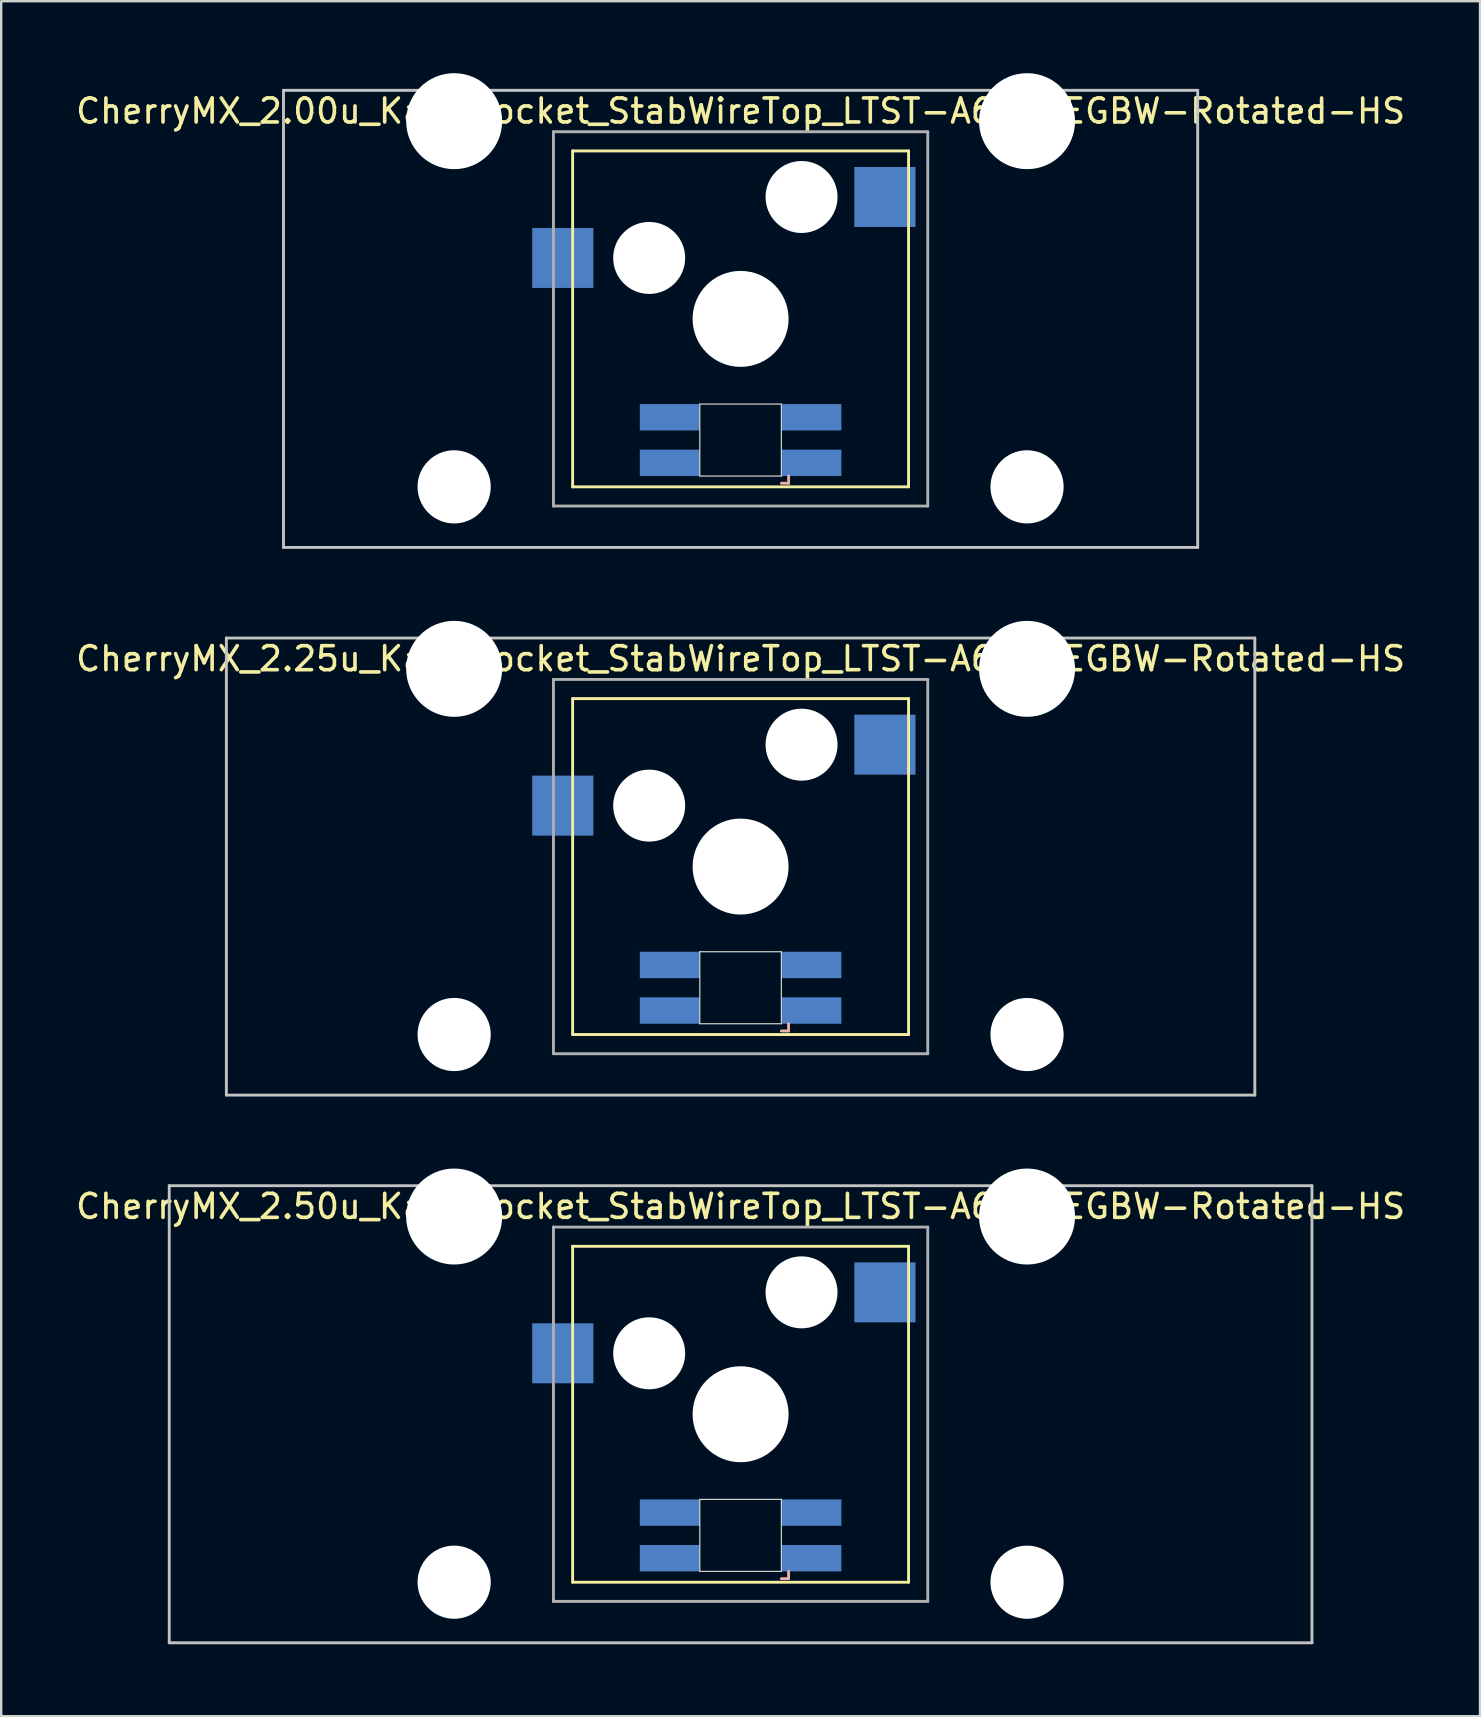
<source format=kicad_pcb>
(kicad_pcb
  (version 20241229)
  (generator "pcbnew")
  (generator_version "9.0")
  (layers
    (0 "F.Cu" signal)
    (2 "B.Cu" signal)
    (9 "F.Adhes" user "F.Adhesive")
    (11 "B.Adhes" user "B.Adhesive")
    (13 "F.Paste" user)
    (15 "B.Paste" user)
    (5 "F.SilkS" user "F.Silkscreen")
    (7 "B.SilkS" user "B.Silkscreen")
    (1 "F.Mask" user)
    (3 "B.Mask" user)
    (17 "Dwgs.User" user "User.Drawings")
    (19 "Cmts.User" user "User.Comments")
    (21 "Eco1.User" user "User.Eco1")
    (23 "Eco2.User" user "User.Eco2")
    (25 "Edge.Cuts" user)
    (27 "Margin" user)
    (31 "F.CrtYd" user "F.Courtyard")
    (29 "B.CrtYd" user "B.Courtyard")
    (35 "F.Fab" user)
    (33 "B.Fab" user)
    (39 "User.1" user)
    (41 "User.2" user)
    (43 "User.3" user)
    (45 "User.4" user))
  (footprint "CherryMX_2.00u_KailhSocket_StabWireTop_LTST-A683CEGBW-Rotated-HS"
    (layer "F.Cu")
    (at 27.815 10.24)
    (property "Reference" "CherryMX_2.00u_KailhSocket_StabWireTop_LTST-A683CEGBW-Rotated-HS" (at 0 -8.662 0) (layer "F.SilkS") (effects (font (size 1 1) (thickness 0.15))))
    (attr through_hole)
    (fp_line (start -7 -7) (end -7 7) (stroke (width 0.12) (type solid)) (layer "F.SilkS"))
    (fp_line (start -7 -7) (end 7 -7) (stroke (width 0.12) (type solid)) (layer "F.SilkS"))
    (fp_line (start 7 -7) (end 7 7) (stroke (width 0.12) (type solid)) (layer "F.SilkS"))
    (fp_line (start 7 7) (end -7 7) (stroke (width 0.12) (type solid)) (layer "F.SilkS"))
    (fp_line (start 1.7 6.85) (end 2 6.85) (stroke (width 0.12) (type solid)) (layer "B.SilkS"))
    (fp_line (start 2 6.85) (end 2 6.55) (stroke (width 0.12) (type solid)) (layer "B.SilkS"))
    (fp_line (start -19.05 -9.525) (end 19.05 -9.525) (stroke (width 0.12) (type solid)) (layer "Dwgs.User"))
    (fp_line (start -19.05 9.525) (end -19.05 -9.525) (stroke (width 0.12) (type solid)) (layer "Dwgs.User"))
    (fp_line (start 19.05 -9.525) (end 19.05 9.525) (stroke (width 0.12) (type solid)) (layer "Dwgs.User"))
    (fp_line (start 19.05 9.525) (end -19.05 9.525) (stroke (width 0.12) (type solid)) (layer "Dwgs.User"))
    (fp_line (start -1.7 3.55) (end 1.7 3.55) (stroke (width 0.05) (type solid)) (layer "Edge.Cuts"))
    (fp_line (start -1.7 6.55) (end -1.7 3.55) (stroke (width 0.05) (type solid)) (layer "Edge.Cuts"))
    (fp_line (start 1.7 3.55) (end 1.7 6.55) (stroke (width 0.05) (type solid)) (layer "Edge.Cuts"))
    (fp_line (start 1.7 6.55) (end -1.7 6.55) (stroke (width 0.05) (type solid)) (layer "Edge.Cuts"))
    (fp_line (start -7.8 -7.8) (end -7.8 7.8) (stroke (width 0.12) (type solid)) (layer "F.Fab"))
    (fp_line (start -7.8 -7.8) (end 7.8 -7.8) (stroke (width 0.12) (type solid)) (layer "F.Fab"))
    (fp_line (start -7.8 7.8) (end 7.8 7.8) (stroke (width 0.12) (type solid)) (layer "F.Fab"))
    (fp_line (start 7.8 -7.8) (end 7.8 7.8) (stroke (width 0.12) (type solid)) (layer "F.Fab"))
    (pad "" np_thru_hole circle (at -11.938 -8.24) (size 4 4) (drill 4) (layers "*.Cu" "*.Mask"))
    (pad "" np_thru_hole circle (at -11.938 7) (size 3.05 3.05) (drill 3.05) (layers "*.Cu" "*.Mask"))
    (pad "" np_thru_hole circle (at -3.81 -2.54) (size 3 3) (drill 3) (layers "*.Cu" "*.Mask"))
    (pad "" np_thru_hole circle (at 0 0) (size 4 4) (drill 4) (layers "*.Cu" "*.Mask"))
    (pad "" np_thru_hole circle (at 2.54 -5.08) (size 3 3) (drill 3) (layers "*.Cu" "*.Mask"))
    (pad "" np_thru_hole circle (at 11.938 -8.24) (size 4 4) (drill 4) (layers "*.Cu" "*.Mask"))
    (pad "" np_thru_hole circle (at 11.938 7) (size 3.05 3.05) (drill 3.05) (layers "*.Cu" "*.Mask"))
    (pad "1" smd rect (at -7.41 -2.54) (size 2.55 2.5) (layers "B.Cu" "B.Mask" "B.Paste"))
    (pad "2" smd rect (at 6.015 -5.08) (size 2.55 2.5) (layers "B.Cu" "B.Mask" "B.Paste"))
    (pad "3" smd rect (at 2.95 6) (size 2.5 1.1) (layers "B.Cu" "B.Mask" "B.Paste"))
    (pad "4" smd rect (at 2.95 4.1) (size 2.5 1.1) (layers "B.Cu" "B.Mask" "B.Paste"))
    (pad "5" smd rect (at -2.95 6) (size 2.5 1.1) (layers "B.Cu" "B.Mask" "B.Paste"))
    (pad "6" smd rect (at -2.95 4.1) (size 2.5 1.1) (layers "B.Cu" "B.Mask" "B.Paste")))
  (footprint "CherryMX_2.50u_KailhSocket_StabWireTop_LTST-A683CEGBW-Rotated-HS"
    (layer "F.Cu")
    (at 27.815 55.89)
    (property "Reference" "CherryMX_2.50u_KailhSocket_StabWireTop_LTST-A683CEGBW-Rotated-HS" (at 0 -8.662 0) (layer "F.SilkS") (effects (font (size 1 1) (thickness 0.15))))
    (attr through_hole)
    (fp_line (start -7 -7) (end -7 7) (stroke (width 0.12) (type solid)) (layer "F.SilkS"))
    (fp_line (start -7 -7) (end 7 -7) (stroke (width 0.12) (type solid)) (layer "F.SilkS"))
    (fp_line (start 7 -7) (end 7 7) (stroke (width 0.12) (type solid)) (layer "F.SilkS"))
    (fp_line (start 7 7) (end -7 7) (stroke (width 0.12) (type solid)) (layer "F.SilkS"))
    (fp_line (start 1.7 6.85) (end 2 6.85) (stroke (width 0.12) (type solid)) (layer "B.SilkS"))
    (fp_line (start 2 6.85) (end 2 6.55) (stroke (width 0.12) (type solid)) (layer "B.SilkS"))
    (fp_line (start -23.812 -9.525) (end 23.812 -9.525) (stroke (width 0.12) (type solid)) (layer "Dwgs.User"))
    (fp_line (start -23.812 9.525) (end -23.812 -9.525) (stroke (width 0.12) (type solid)) (layer "Dwgs.User"))
    (fp_line (start 23.812 -9.525) (end 23.812 9.525) (stroke (width 0.12) (type solid)) (layer "Dwgs.User"))
    (fp_line (start 23.812 9.525) (end -23.812 9.525) (stroke (width 0.12) (type solid)) (layer "Dwgs.User"))
    (fp_line (start -1.7 3.55) (end 1.7 3.55) (stroke (width 0.05) (type solid)) (layer "Edge.Cuts"))
    (fp_line (start -1.7 6.55) (end -1.7 3.55) (stroke (width 0.05) (type solid)) (layer "Edge.Cuts"))
    (fp_line (start 1.7 3.55) (end 1.7 6.55) (stroke (width 0.05) (type solid)) (layer "Edge.Cuts"))
    (fp_line (start 1.7 6.55) (end -1.7 6.55) (stroke (width 0.05) (type solid)) (layer "Edge.Cuts"))
    (fp_line (start -7.8 -7.8) (end -7.8 7.8) (stroke (width 0.12) (type solid)) (layer "F.Fab"))
    (fp_line (start -7.8 -7.8) (end 7.8 -7.8) (stroke (width 0.12) (type solid)) (layer "F.Fab"))
    (fp_line (start -7.8 7.8) (end 7.8 7.8) (stroke (width 0.12) (type solid)) (layer "F.Fab"))
    (fp_line (start 7.8 -7.8) (end 7.8 7.8) (stroke (width 0.12) (type solid)) (layer "F.Fab"))
    (pad "" np_thru_hole circle (at -11.938 -8.24) (size 4 4) (drill 4) (layers "*.Cu" "*.Mask"))
    (pad "" np_thru_hole circle (at -11.938 7) (size 3.05 3.05) (drill 3.05) (layers "*.Cu" "*.Mask"))
    (pad "" np_thru_hole circle (at -3.81 -2.54) (size 3 3) (drill 3) (layers "*.Cu" "*.Mask"))
    (pad "" np_thru_hole circle (at 0 0) (size 4 4) (drill 4) (layers "*.Cu" "*.Mask"))
    (pad "" np_thru_hole circle (at 2.54 -5.08) (size 3 3) (drill 3) (layers "*.Cu" "*.Mask"))
    (pad "" np_thru_hole circle (at 11.938 -8.24) (size 4 4) (drill 4) (layers "*.Cu" "*.Mask"))
    (pad "" np_thru_hole circle (at 11.938 7) (size 3.05 3.05) (drill 3.05) (layers "*.Cu" "*.Mask"))
    (pad "1" smd rect (at -7.41 -2.54) (size 2.55 2.5) (layers "B.Cu" "B.Mask" "B.Paste"))
    (pad "2" smd rect (at 6.015 -5.08) (size 2.55 2.5) (layers "B.Cu" "B.Mask" "B.Paste"))
    (pad "3" smd rect (at 2.95 6) (size 2.5 1.1) (layers "B.Cu" "B.Mask" "B.Paste"))
    (pad "4" smd rect (at 2.95 4.1) (size 2.5 1.1) (layers "B.Cu" "B.Mask" "B.Paste"))
    (pad "5" smd rect (at -2.95 6) (size 2.5 1.1) (layers "B.Cu" "B.Mask" "B.Paste"))
    (pad "6" smd rect (at -2.95 4.1) (size 2.5 1.1) (layers "B.Cu" "B.Mask" "B.Paste")))
  (footprint "CherryMX_2.25u_KailhSocket_StabWireTop_LTST-A683CEGBW-Rotated-HS"
    (layer "F.Cu")
    (at 27.815 33.065)
    (property "Reference" "CherryMX_2.25u_KailhSocket_StabWireTop_LTST-A683CEGBW-Rotated-HS" (at 0 -8.662 0) (layer "F.SilkS") (effects (font (size 1 1) (thickness 0.15))))
    (attr through_hole)
    (fp_line (start -7 -7) (end -7 7) (stroke (width 0.12) (type solid)) (layer "F.SilkS"))
    (fp_line (start -7 -7) (end 7 -7) (stroke (width 0.12) (type solid)) (layer "F.SilkS"))
    (fp_line (start 7 -7) (end 7 7) (stroke (width 0.12) (type solid)) (layer "F.SilkS"))
    (fp_line (start 7 7) (end -7 7) (stroke (width 0.12) (type solid)) (layer "F.SilkS"))
    (fp_line (start 1.7 6.85) (end 2 6.85) (stroke (width 0.12) (type solid)) (layer "B.SilkS"))
    (fp_line (start 2 6.85) (end 2 6.55) (stroke (width 0.12) (type solid)) (layer "B.SilkS"))
    (fp_line (start -21.431 -9.525) (end 21.431 -9.525) (stroke (width 0.12) (type solid)) (layer "Dwgs.User"))
    (fp_line (start -21.431 9.525) (end -21.431 -9.525) (stroke (width 0.12) (type solid)) (layer "Dwgs.User"))
    (fp_line (start 21.431 -9.525) (end 21.431 9.525) (stroke (width 0.12) (type solid)) (layer "Dwgs.User"))
    (fp_line (start 21.431 9.525) (end -21.431 9.525) (stroke (width 0.12) (type solid)) (layer "Dwgs.User"))
    (fp_line (start -1.7 3.55) (end 1.7 3.55) (stroke (width 0.05) (type solid)) (layer "Edge.Cuts"))
    (fp_line (start -1.7 6.55) (end -1.7 3.55) (stroke (width 0.05) (type solid)) (layer "Edge.Cuts"))
    (fp_line (start 1.7 3.55) (end 1.7 6.55) (stroke (width 0.05) (type solid)) (layer "Edge.Cuts"))
    (fp_line (start 1.7 6.55) (end -1.7 6.55) (stroke (width 0.05) (type solid)) (layer "Edge.Cuts"))
    (fp_line (start -7.8 -7.8) (end -7.8 7.8) (stroke (width 0.12) (type solid)) (layer "F.Fab"))
    (fp_line (start -7.8 -7.8) (end 7.8 -7.8) (stroke (width 0.12) (type solid)) (layer "F.Fab"))
    (fp_line (start -7.8 7.8) (end 7.8 7.8) (stroke (width 0.12) (type solid)) (layer "F.Fab"))
    (fp_line (start 7.8 -7.8) (end 7.8 7.8) (stroke (width 0.12) (type solid)) (layer "F.Fab"))
    (pad "" np_thru_hole circle (at -11.938 -8.24) (size 4 4) (drill 4) (layers "*.Cu" "*.Mask"))
    (pad "" np_thru_hole circle (at -11.938 7) (size 3.05 3.05) (drill 3.05) (layers "*.Cu" "*.Mask"))
    (pad "" np_thru_hole circle (at -3.81 -2.54) (size 3 3) (drill 3) (layers "*.Cu" "*.Mask"))
    (pad "" np_thru_hole circle (at 0 0) (size 4 4) (drill 4) (layers "*.Cu" "*.Mask"))
    (pad "" np_thru_hole circle (at 2.54 -5.08) (size 3 3) (drill 3) (layers "*.Cu" "*.Mask"))
    (pad "" np_thru_hole circle (at 11.938 -8.24) (size 4 4) (drill 4) (layers "*.Cu" "*.Mask"))
    (pad "" np_thru_hole circle (at 11.938 7) (size 3.05 3.05) (drill 3.05) (layers "*.Cu" "*.Mask"))
    (pad "1" smd rect (at -7.41 -2.54) (size 2.55 2.5) (layers "B.Cu" "B.Mask" "B.Paste"))
    (pad "2" smd rect (at 6.015 -5.08) (size 2.55 2.5) (layers "B.Cu" "B.Mask" "B.Paste"))
    (pad "3" smd rect (at 2.95 6) (size 2.5 1.1) (layers "B.Cu" "B.Mask" "B.Paste"))
    (pad "4" smd rect (at 2.95 4.1) (size 2.5 1.1) (layers "B.Cu" "B.Mask" "B.Paste"))
    (pad "5" smd rect (at -2.95 6) (size 2.5 1.1) (layers "B.Cu" "B.Mask" "B.Paste"))
    (pad "6" smd rect (at -2.95 4.1) (size 2.5 1.1) (layers "B.Cu" "B.Mask" "B.Paste")))
  (gr_rect
    (start -3 -3)
    (end 58.631 68.475)
    (stroke (width 0.1) (type default))
    (fill no)
    (layer "Edge.Cuts")))
</source>
